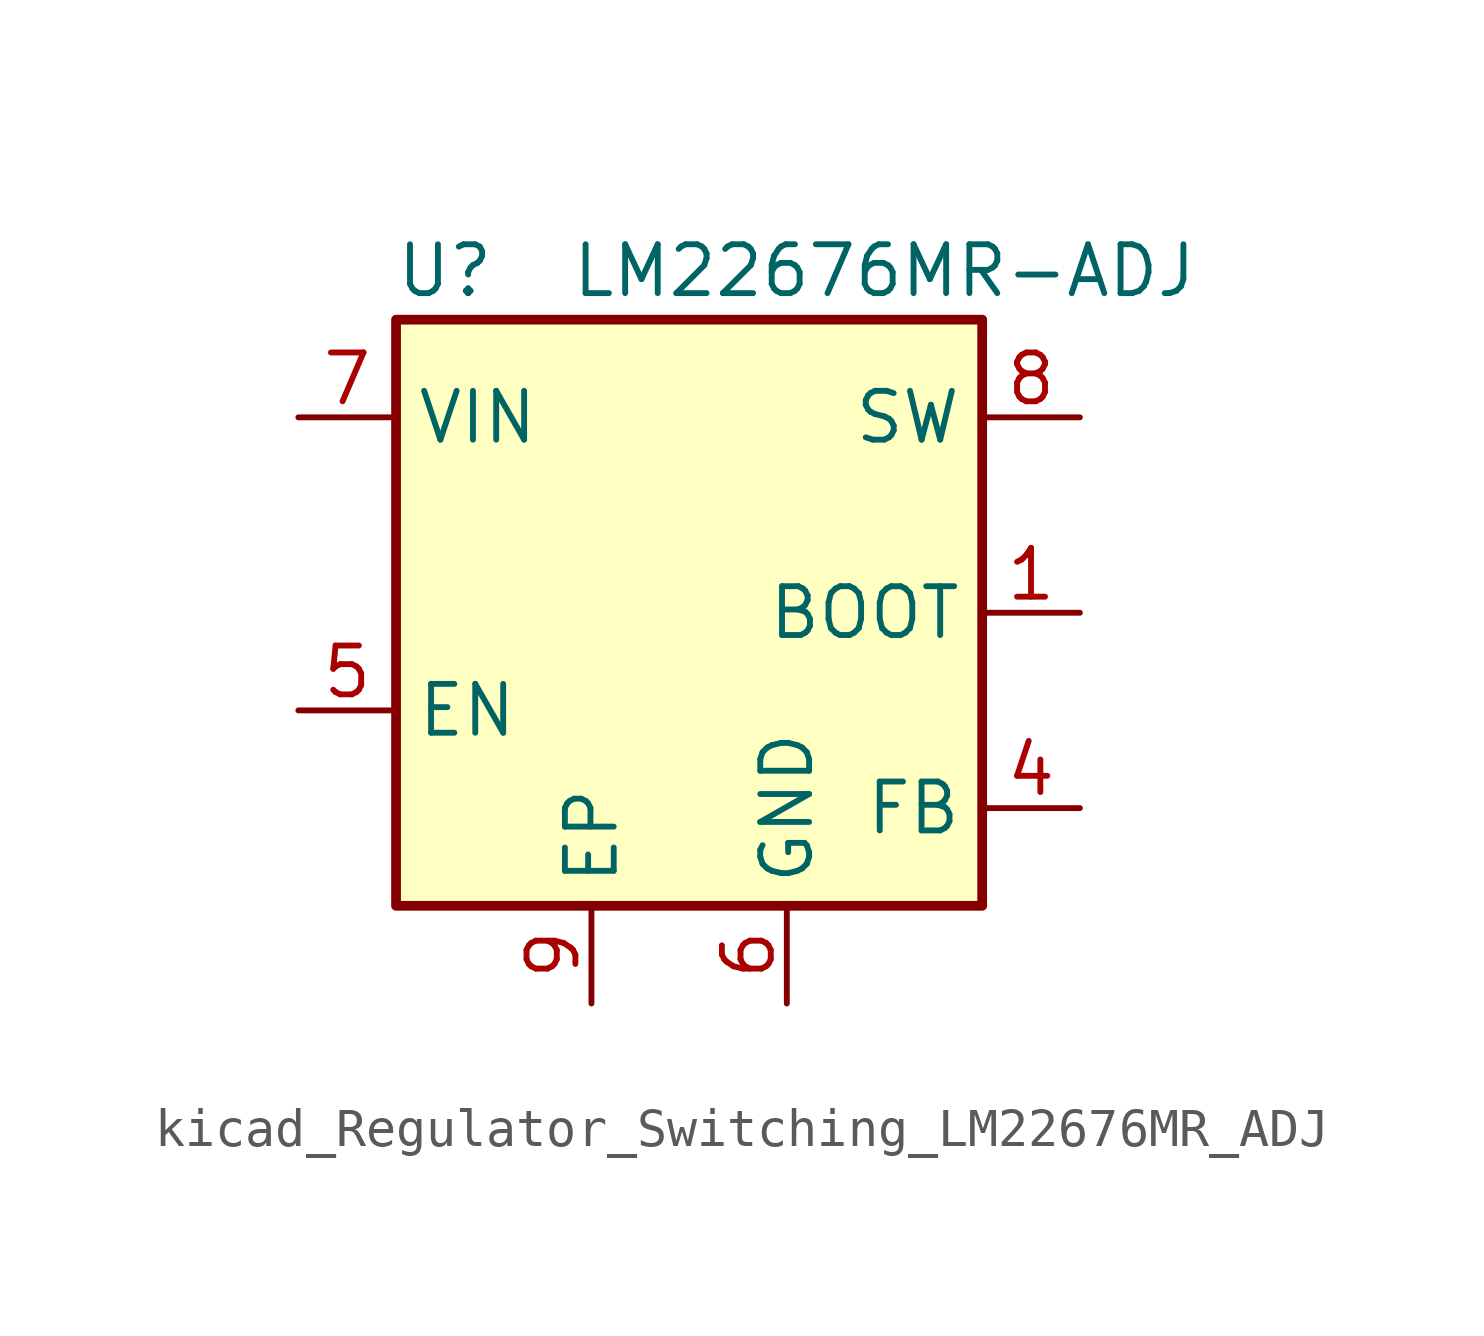
<source format=kicad_sym>
(kicad_symbol_lib
  (version 20220914)
  (generator kicad_symbol_editor)
  (symbol "kicad_Regulator_Switching_LM22676MR_ADJ"
    (property "Reference" "U"
      (at -6.35 8.89 0)
      (effects (font (size 1.27 1.27))))
    (property "Value" "LM22676MR-ADJ"
      (at 5.08 8.89 0)
      (effects (font (size 1.27 1.27))))
    (symbol "kicad_Regulator_Switching_LM22676MR_ADJ_0_1"
      (rectangle (start -7.62 7.62) (end 7.62 -7.62) (stroke (width 0.254) (type default)) (fill (type background))))
    (symbol "kicad_Regulator_Switching_LM22676MR_ADJ_1_1"
      (pin input line (at 10.16 0 180) (length 2.54) (name "BOOT" (effects (font (size 1.27 1.27)))) (number "1" (effects (font (size 1.27 1.27)))))
      (pin no_connect line (at -7.62 2.54 0) (length 2.54) hide (name "NC" (effects (font (size 1.27 1.27)))) (number "2" (effects (font (size 1.27 1.27)))))
      (pin no_connect line (at -7.62 0 0) (length 2.54) hide (name "NC" (effects (font (size 1.27 1.27)))) (number "3" (effects (font (size 1.27 1.27)))))
      (pin input line (at 10.16 -5.08 180) (length 2.54) (name "FB" (effects (font (size 1.27 1.27)))) (number "4" (effects (font (size 1.27 1.27)))))
      (pin input line (at -10.16 -2.54 0) (length 2.54) (name "EN" (effects (font (size 1.27 1.27)))) (number "5" (effects (font (size 1.27 1.27)))))
      (pin power_in line (at 2.54 -10.16 90) (length 2.54) (name "GND" (effects (font (size 1.27 1.27)))) (number "6" (effects (font (size 1.27 1.27)))))
      (pin power_in line (at -10.16 5.08 0) (length 2.54) (name "VIN" (effects (font (size 1.27 1.27)))) (number "7" (effects (font (size 1.27 1.27)))))
      (pin power_out line (at 10.16 5.08 180) (length 2.54) (name "SW" (effects (font (size 1.27 1.27)))) (number "8" (effects (font (size 1.27 1.27)))))
      (pin power_in line (at -2.54 -10.16 90) (length 2.54) (name "EP" (effects (font (size 1.27 1.27)))) (number "9" (effects (font (size 1.27 1.27))))))))
</source>
